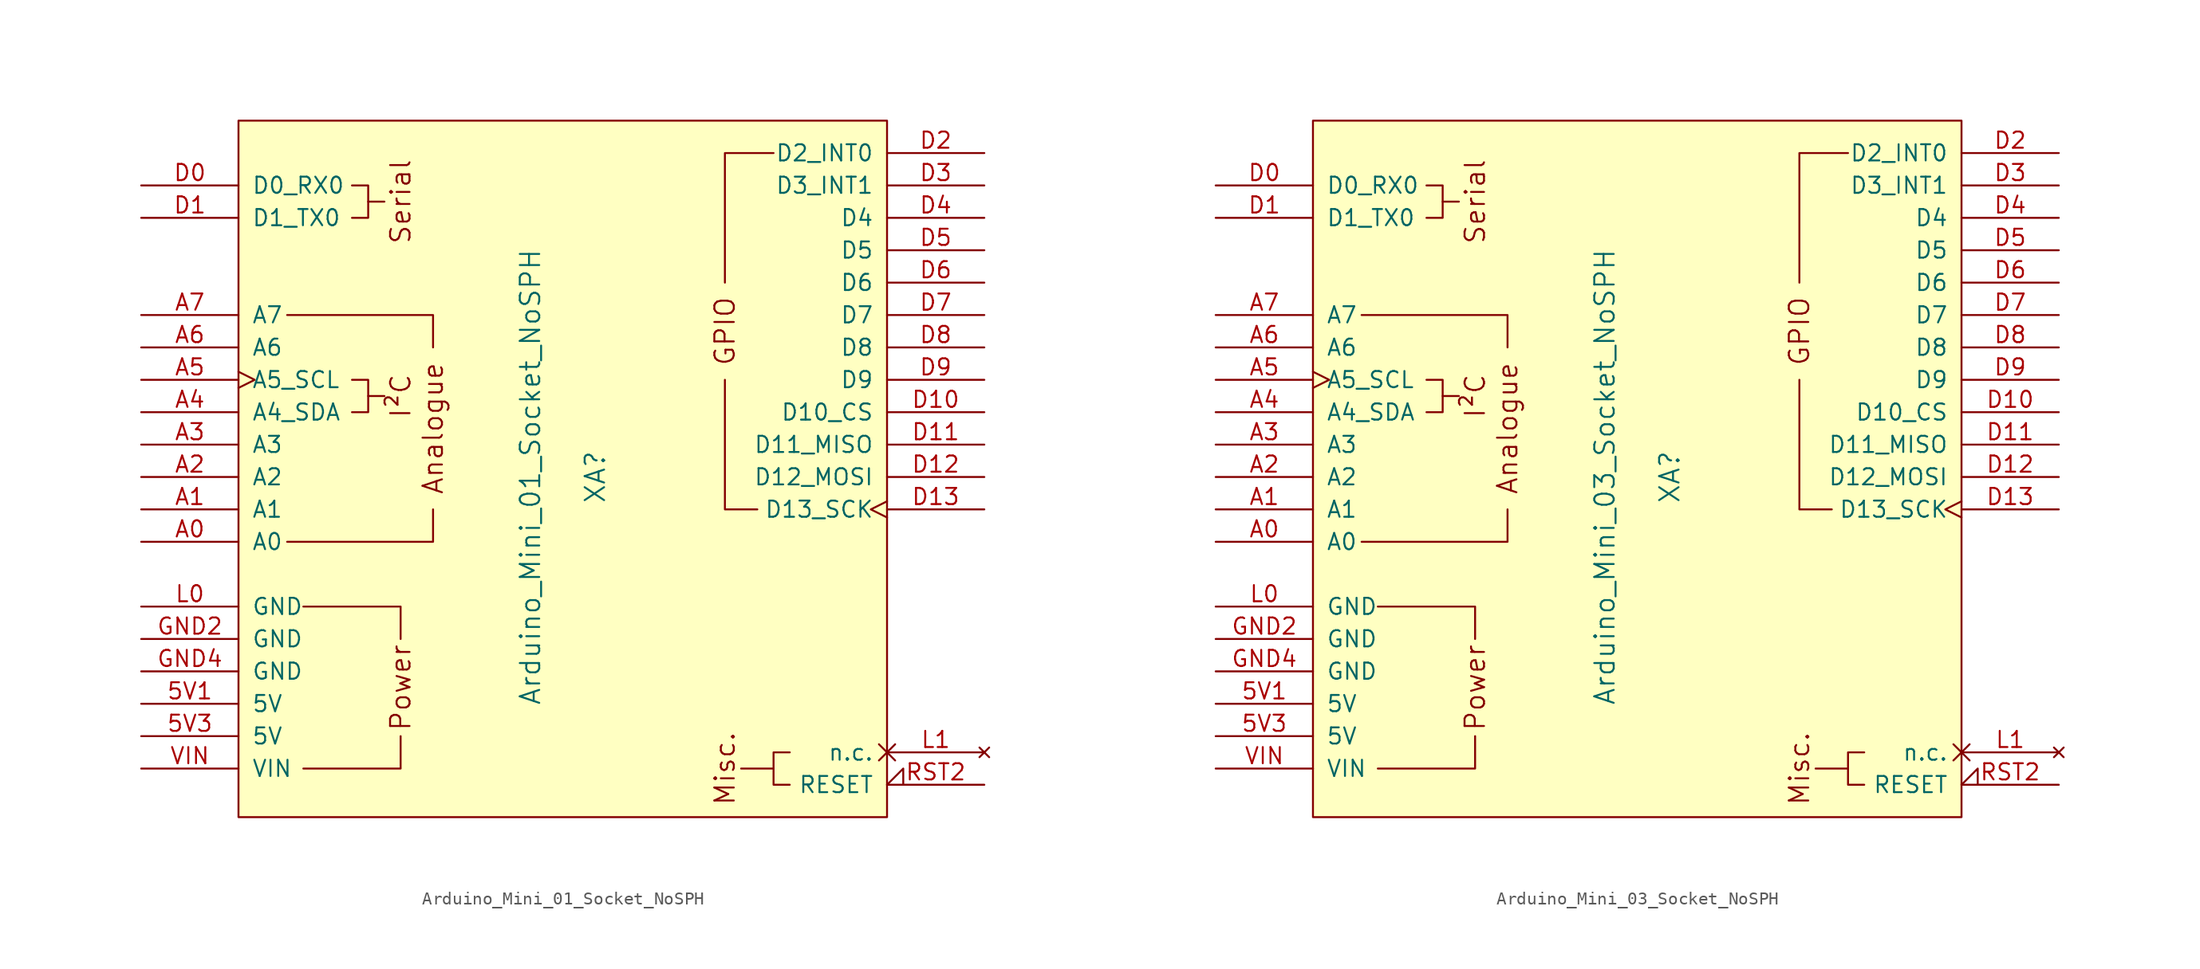
<source format=kicad_sym>
(kicad_symbol_lib
  (version 20211014)
  (generator kicad_symbol_editor)
  (symbol "Arduino_Mini_01_Socket_NoSPH"
    (pin_names
      (offset 1.016))
    (property "Reference" "XA"
      (at 2.54 0 90)
      (effects (font (size 1.524 1.524))))
    (property "Value" "Arduino_Mini_01_Socket_NoSPH"
      (at -2.54 0 90)
      (effects (font (size 1.524 1.524))))
    (symbol "Arduino_Mini_01_Socket_NoSPH_0_0"
      (rectangle (start -25.4 27.94) (end 25.4 -26.67) (stroke (width 0) (type default) (color 0 0 0 0)) (fill (type background)))
      (polyline (pts (xy -15.24 6.35) (xy -13.97 6.35)) (stroke (width 0) (type default) (color 0 0 0 0)) (fill (type none)))
      (polyline (pts (xy -15.24 21.59) (xy -13.97 21.59)) (stroke (width 0) (type default) (color 0 0 0 0)) (fill (type none)))
      (polyline (pts (xy 16.51 -22.86) (xy 13.97 -22.86)) (stroke (width 0) (type default) (color 0 0 0 0)) (fill (type none)))
      (polyline (pts (xy -20.32 -22.86) (xy -12.7 -22.86) (xy -12.7 -20.32)) (stroke (width 0) (type default) (color 0 0 0 0)) (fill (type none)))
      (polyline (pts (xy -12.7 -12.7) (xy -12.7 -10.16) (xy -20.32 -10.16)) (stroke (width 0) (type default) (color 0 0 0 0)) (fill (type none)))
      (polyline (pts (xy -10.16 -2.54) (xy -10.16 -5.08) (xy -21.59 -5.08)) (stroke (width 0) (type default) (color 0 0 0 0)) (fill (type none)))
      (polyline (pts (xy -10.16 10.16) (xy -10.16 12.7) (xy -21.59 12.7)) (stroke (width 0) (type default) (color 0 0 0 0)) (fill (type none)))
      (polyline (pts (xy -16.51 7.62) (xy -15.24 7.62) (xy -15.24 5.08) (xy -16.51 5.08)) (stroke (width 0) (type default) (color 0 0 0 0)) (fill (type none)))
      (polyline (pts (xy -16.51 22.86) (xy -15.24 22.86) (xy -15.24 20.32) (xy -16.51 20.32)) (stroke (width 0) (type default) (color 0 0 0 0)) (fill (type none)))
      (text "Analogue" (at -10.16 3.81 900) (effects (font (size 1.524 1.524))))
      (text "I²C" (at -12.7 6.35 900) (effects (font (size 1.524 1.524))))
      (text "Misc." (at 12.7 -22.86 900) (effects (font (size 1.524 1.524))))
      (text "Power" (at -12.7 -16.51 900) (effects (font (size 1.524 1.524))))
      (text "Serial" (at -12.7 21.59 900) (effects (font (size 1.524 1.524)))))
    (symbol "Arduino_Mini_01_Socket_NoSPH_0_1"
      (polyline (pts (xy 15.24 -2.54) (xy 12.7 -2.54) (xy 12.7 7.62)) (stroke (width 0) (type default) (color 0 0 0 0)) (fill (type none)))
      (polyline (pts (xy 16.51 25.4) (xy 12.7 25.4) (xy 12.7 15.24)) (stroke (width 0) (type default) (color 0 0 0 0)) (fill (type none)))
      (polyline (pts (xy 17.78 -21.59) (xy 16.51 -21.59) (xy 16.51 -24.13) (xy 17.78 -24.13)) (stroke (width 0) (type default) (color 0 0 0 0)) (fill (type none))))
    (symbol "Arduino_Mini_01_Socket_NoSPH_1_0"
      (text "GPIO" (at 12.7 11.43 900) (effects (font (size 1.524 1.524)))))
    (symbol "Arduino_Mini_01_Socket_NoSPH_1_1"
      (pin power_in line (at -33.02 -17.78 0) (length 7.62) (name "5V" (effects (font (size 1.27 1.27)))) (number "5V1" (effects (font (size 1.27 1.27)))))
      (pin power_in line (at -33.02 -20.32 0) (length 7.62) (name "5V" (effects (font (size 1.27 1.27)))) (number "5V3" (effects (font (size 1.27 1.27)))))
      (pin bidirectional line (at -33.02 -5.08 0) (length 7.62) (name "A0" (effects (font (size 1.27 1.27)))) (number "A0" (effects (font (size 1.27 1.27)))))
      (pin bidirectional line (at -33.02 -2.54 0) (length 7.62) (name "A1" (effects (font (size 1.27 1.27)))) (number "A1" (effects (font (size 1.27 1.27)))))
      (pin bidirectional line (at -33.02 0 0) (length 7.62) (name "A2" (effects (font (size 1.27 1.27)))) (number "A2" (effects (font (size 1.27 1.27)))))
      (pin bidirectional line (at -33.02 2.54 0) (length 7.62) (name "A3" (effects (font (size 1.27 1.27)))) (number "A3" (effects (font (size 1.27 1.27)))))
      (pin bidirectional line (at -33.02 5.08 0) (length 7.62) (name "A4_SDA" (effects (font (size 1.27 1.27)))) (number "A4" (effects (font (size 1.27 1.27)))))
      (pin bidirectional clock (at -33.02 7.62 0) (length 7.62) (name "A5_SCL" (effects (font (size 1.27 1.27)))) (number "A5" (effects (font (size 1.27 1.27)))))
      (pin input line (at -33.02 10.16 0) (length 7.62) (name "A6" (effects (font (size 1.27 1.27)))) (number "A6" (effects (font (size 1.27 1.27)))))
      (pin input line (at -33.02 12.7 0) (length 7.62) (name "A7" (effects (font (size 1.27 1.27)))) (number "A7" (effects (font (size 1.27 1.27)))))
      (pin bidirectional line (at -33.02 22.86 0) (length 7.62) (name "D0_RX0" (effects (font (size 1.27 1.27)))) (number "D0" (effects (font (size 1.27 1.27)))))
      (pin bidirectional line (at -33.02 20.32 0) (length 7.62) (name "D1_TX0" (effects (font (size 1.27 1.27)))) (number "D1" (effects (font (size 1.27 1.27)))))
      (pin bidirectional line (at 33.02 5.08 180) (length 7.62) (name "D10_CS" (effects (font (size 1.27 1.27)))) (number "D10" (effects (font (size 1.27 1.27)))))
      (pin bidirectional line (at 33.02 2.54 180) (length 7.62) (name "D11_MISO" (effects (font (size 1.27 1.27)))) (number "D11" (effects (font (size 1.27 1.27)))))
      (pin bidirectional line (at 33.02 0 180) (length 7.62) (name "D12_MOSI" (effects (font (size 1.27 1.27)))) (number "D12" (effects (font (size 1.27 1.27)))))
      (pin bidirectional clock (at 33.02 -2.54 180) (length 7.62) (name "D13_SCK" (effects (font (size 1.27 1.27)))) (number "D13" (effects (font (size 1.27 1.27)))))
      (pin bidirectional line (at 33.02 25.4 180) (length 7.62) (name "D2_INT0" (effects (font (size 1.27 1.27)))) (number "D2" (effects (font (size 1.27 1.27)))))
      (pin bidirectional line (at 33.02 22.86 180) (length 7.62) (name "D3_INT1" (effects (font (size 1.27 1.27)))) (number "D3" (effects (font (size 1.27 1.27)))))
      (pin bidirectional line (at 33.02 20.32 180) (length 7.62) (name "D4" (effects (font (size 1.27 1.27)))) (number "D4" (effects (font (size 1.27 1.27)))))
      (pin bidirectional line (at 33.02 17.78 180) (length 7.62) (name "D5" (effects (font (size 1.27 1.27)))) (number "D5" (effects (font (size 1.27 1.27)))))
      (pin bidirectional line (at 33.02 15.24 180) (length 7.62) (name "D6" (effects (font (size 1.27 1.27)))) (number "D6" (effects (font (size 1.27 1.27)))))
      (pin bidirectional line (at 33.02 12.7 180) (length 7.62) (name "D7" (effects (font (size 1.27 1.27)))) (number "D7" (effects (font (size 1.27 1.27)))))
      (pin bidirectional line (at 33.02 10.16 180) (length 7.62) (name "D8" (effects (font (size 1.27 1.27)))) (number "D8" (effects (font (size 1.27 1.27)))))
      (pin bidirectional line (at 33.02 7.62 180) (length 7.62) (name "D9" (effects (font (size 1.27 1.27)))) (number "D9" (effects (font (size 1.27 1.27)))))
      (pin power_in line (at -33.02 -12.7 0) (length 7.62) (name "GND" (effects (font (size 1.27 1.27)))) (number "GND2" (effects (font (size 1.27 1.27)))))
      (pin power_in line (at -33.02 -15.24 0) (length 7.62) (name "GND" (effects (font (size 1.27 1.27)))) (number "GND4" (effects (font (size 1.27 1.27)))))
      (pin power_in line (at -33.02 -10.16 0) (length 7.62) (name "GND" (effects (font (size 1.27 1.27)))) (number "L0" (effects (font (size 1.27 1.27)))))
      (pin no_connect non_logic (at 33.02 -21.59 180) (length 7.62) (name "n.c." (effects (font (size 1.27 1.27)))) (number "L1" (effects (font (size 1.27 1.27)))))
      (pin open_collector input_low (at 33.02 -24.13 180) (length 7.62) (name "RESET" (effects (font (size 1.27 1.27)))) (number "RST2" (effects (font (size 1.27 1.27)))))
      (pin power_in line (at -33.02 -22.86 0) (length 7.62) (name "VIN" (effects (font (size 1.27 1.27)))) (number "VIN" (effects (font (size 1.27 1.27)))))))
  (symbol "Arduino_Mini_03_Socket_NoSPH"
    (pin_names
      (offset 1.016))
    (property "Reference" "XA"
      (at 2.54 0 90)
      (effects (font (size 1.524 1.524))))
    (property "Value" "Arduino_Mini_03_Socket_NoSPH"
      (at -2.54 0 90)
      (effects (font (size 1.524 1.524))))
    (symbol "Arduino_Mini_03_Socket_NoSPH_0_0"
      (rectangle (start -25.4 27.94) (end 25.4 -26.67) (stroke (width 0) (type default) (color 0 0 0 0)) (fill (type background)))
      (polyline (pts (xy -15.24 6.35) (xy -13.97 6.35)) (stroke (width 0) (type default) (color 0 0 0 0)) (fill (type none)))
      (polyline (pts (xy -15.24 21.59) (xy -13.97 21.59)) (stroke (width 0) (type default) (color 0 0 0 0)) (fill (type none)))
      (polyline (pts (xy 16.51 -22.86) (xy 13.97 -22.86)) (stroke (width 0) (type default) (color 0 0 0 0)) (fill (type none)))
      (polyline (pts (xy -20.32 -22.86) (xy -12.7 -22.86) (xy -12.7 -20.32)) (stroke (width 0) (type default) (color 0 0 0 0)) (fill (type none)))
      (polyline (pts (xy -12.7 -12.7) (xy -12.7 -10.16) (xy -20.32 -10.16)) (stroke (width 0) (type default) (color 0 0 0 0)) (fill (type none)))
      (polyline (pts (xy -10.16 -2.54) (xy -10.16 -5.08) (xy -21.59 -5.08)) (stroke (width 0) (type default) (color 0 0 0 0)) (fill (type none)))
      (polyline (pts (xy -10.16 10.16) (xy -10.16 12.7) (xy -21.59 12.7)) (stroke (width 0) (type default) (color 0 0 0 0)) (fill (type none)))
      (polyline (pts (xy -16.51 7.62) (xy -15.24 7.62) (xy -15.24 5.08) (xy -16.51 5.08)) (stroke (width 0) (type default) (color 0 0 0 0)) (fill (type none)))
      (polyline (pts (xy -16.51 22.86) (xy -15.24 22.86) (xy -15.24 20.32) (xy -16.51 20.32)) (stroke (width 0) (type default) (color 0 0 0 0)) (fill (type none)))
      (text "Analogue" (at -10.16 3.81 900) (effects (font (size 1.524 1.524))))
      (text "I²C" (at -12.7 6.35 900) (effects (font (size 1.524 1.524))))
      (text "Misc." (at 12.7 -22.86 900) (effects (font (size 1.524 1.524))))
      (text "Power" (at -12.7 -16.51 900) (effects (font (size 1.524 1.524))))
      (text "Serial" (at -12.7 21.59 900) (effects (font (size 1.524 1.524)))))
    (symbol "Arduino_Mini_03_Socket_NoSPH_0_1"
      (polyline (pts (xy 15.24 -2.54) (xy 12.7 -2.54) (xy 12.7 7.62)) (stroke (width 0) (type default) (color 0 0 0 0)) (fill (type none)))
      (polyline (pts (xy 16.51 25.4) (xy 12.7 25.4) (xy 12.7 15.24)) (stroke (width 0) (type default) (color 0 0 0 0)) (fill (type none)))
      (polyline (pts (xy 17.78 -21.59) (xy 16.51 -21.59) (xy 16.51 -24.13) (xy 17.78 -24.13)) (stroke (width 0) (type default) (color 0 0 0 0)) (fill (type none))))
    (symbol "Arduino_Mini_03_Socket_NoSPH_1_0"
      (text "GPIO" (at 12.7 11.43 900) (effects (font (size 1.524 1.524)))))
    (symbol "Arduino_Mini_03_Socket_NoSPH_1_1"
      (pin power_in line (at -33.02 -17.78 0) (length 7.62) (name "5V" (effects (font (size 1.27 1.27)))) (number "5V1" (effects (font (size 1.27 1.27)))))
      (pin power_in line (at -33.02 -20.32 0) (length 7.62) (name "5V" (effects (font (size 1.27 1.27)))) (number "5V3" (effects (font (size 1.27 1.27)))))
      (pin bidirectional line (at -33.02 -5.08 0) (length 7.62) (name "A0" (effects (font (size 1.27 1.27)))) (number "A0" (effects (font (size 1.27 1.27)))))
      (pin bidirectional line (at -33.02 -2.54 0) (length 7.62) (name "A1" (effects (font (size 1.27 1.27)))) (number "A1" (effects (font (size 1.27 1.27)))))
      (pin bidirectional line (at -33.02 0 0) (length 7.62) (name "A2" (effects (font (size 1.27 1.27)))) (number "A2" (effects (font (size 1.27 1.27)))))
      (pin bidirectional line (at -33.02 2.54 0) (length 7.62) (name "A3" (effects (font (size 1.27 1.27)))) (number "A3" (effects (font (size 1.27 1.27)))))
      (pin bidirectional line (at -33.02 5.08 0) (length 7.62) (name "A4_SDA" (effects (font (size 1.27 1.27)))) (number "A4" (effects (font (size 1.27 1.27)))))
      (pin bidirectional clock (at -33.02 7.62 0) (length 7.62) (name "A5_SCL" (effects (font (size 1.27 1.27)))) (number "A5" (effects (font (size 1.27 1.27)))))
      (pin input line (at -33.02 10.16 0) (length 7.62) (name "A6" (effects (font (size 1.27 1.27)))) (number "A6" (effects (font (size 1.27 1.27)))))
      (pin input line (at -33.02 12.7 0) (length 7.62) (name "A7" (effects (font (size 1.27 1.27)))) (number "A7" (effects (font (size 1.27 1.27)))))
      (pin bidirectional line (at -33.02 22.86 0) (length 7.62) (name "D0_RX0" (effects (font (size 1.27 1.27)))) (number "D0" (effects (font (size 1.27 1.27)))))
      (pin bidirectional line (at -33.02 20.32 0) (length 7.62) (name "D1_TX0" (effects (font (size 1.27 1.27)))) (number "D1" (effects (font (size 1.27 1.27)))))
      (pin bidirectional line (at 33.02 5.08 180) (length 7.62) (name "D10_CS" (effects (font (size 1.27 1.27)))) (number "D10" (effects (font (size 1.27 1.27)))))
      (pin bidirectional line (at 33.02 2.54 180) (length 7.62) (name "D11_MISO" (effects (font (size 1.27 1.27)))) (number "D11" (effects (font (size 1.27 1.27)))))
      (pin bidirectional line (at 33.02 0 180) (length 7.62) (name "D12_MOSI" (effects (font (size 1.27 1.27)))) (number "D12" (effects (font (size 1.27 1.27)))))
      (pin bidirectional clock (at 33.02 -2.54 180) (length 7.62) (name "D13_SCK" (effects (font (size 1.27 1.27)))) (number "D13" (effects (font (size 1.27 1.27)))))
      (pin bidirectional line (at 33.02 25.4 180) (length 7.62) (name "D2_INT0" (effects (font (size 1.27 1.27)))) (number "D2" (effects (font (size 1.27 1.27)))))
      (pin bidirectional line (at 33.02 22.86 180) (length 7.62) (name "D3_INT1" (effects (font (size 1.27 1.27)))) (number "D3" (effects (font (size 1.27 1.27)))))
      (pin bidirectional line (at 33.02 20.32 180) (length 7.62) (name "D4" (effects (font (size 1.27 1.27)))) (number "D4" (effects (font (size 1.27 1.27)))))
      (pin bidirectional line (at 33.02 17.78 180) (length 7.62) (name "D5" (effects (font (size 1.27 1.27)))) (number "D5" (effects (font (size 1.27 1.27)))))
      (pin bidirectional line (at 33.02 15.24 180) (length 7.62) (name "D6" (effects (font (size 1.27 1.27)))) (number "D6" (effects (font (size 1.27 1.27)))))
      (pin bidirectional line (at 33.02 12.7 180) (length 7.62) (name "D7" (effects (font (size 1.27 1.27)))) (number "D7" (effects (font (size 1.27 1.27)))))
      (pin bidirectional line (at 33.02 10.16 180) (length 7.62) (name "D8" (effects (font (size 1.27 1.27)))) (number "D8" (effects (font (size 1.27 1.27)))))
      (pin bidirectional line (at 33.02 7.62 180) (length 7.62) (name "D9" (effects (font (size 1.27 1.27)))) (number "D9" (effects (font (size 1.27 1.27)))))
      (pin power_in line (at -33.02 -12.7 0) (length 7.62) (name "GND" (effects (font (size 1.27 1.27)))) (number "GND2" (effects (font (size 1.27 1.27)))))
      (pin power_in line (at -33.02 -15.24 0) (length 7.62) (name "GND" (effects (font (size 1.27 1.27)))) (number "GND4" (effects (font (size 1.27 1.27)))))
      (pin power_in line (at -33.02 -10.16 0) (length 7.62) (name "GND" (effects (font (size 1.27 1.27)))) (number "L0" (effects (font (size 1.27 1.27)))))
      (pin no_connect non_logic (at 33.02 -21.59 180) (length 7.62) (name "n.c." (effects (font (size 1.27 1.27)))) (number "L1" (effects (font (size 1.27 1.27)))))
      (pin open_collector input_low (at 33.02 -24.13 180) (length 7.62) (name "RESET" (effects (font (size 1.27 1.27)))) (number "RST2" (effects (font (size 1.27 1.27)))))
      (pin power_in line (at -33.02 -22.86 0) (length 7.62) (name "VIN" (effects (font (size 1.27 1.27)))) (number "VIN" (effects (font (size 1.27 1.27))))))))
</source>
